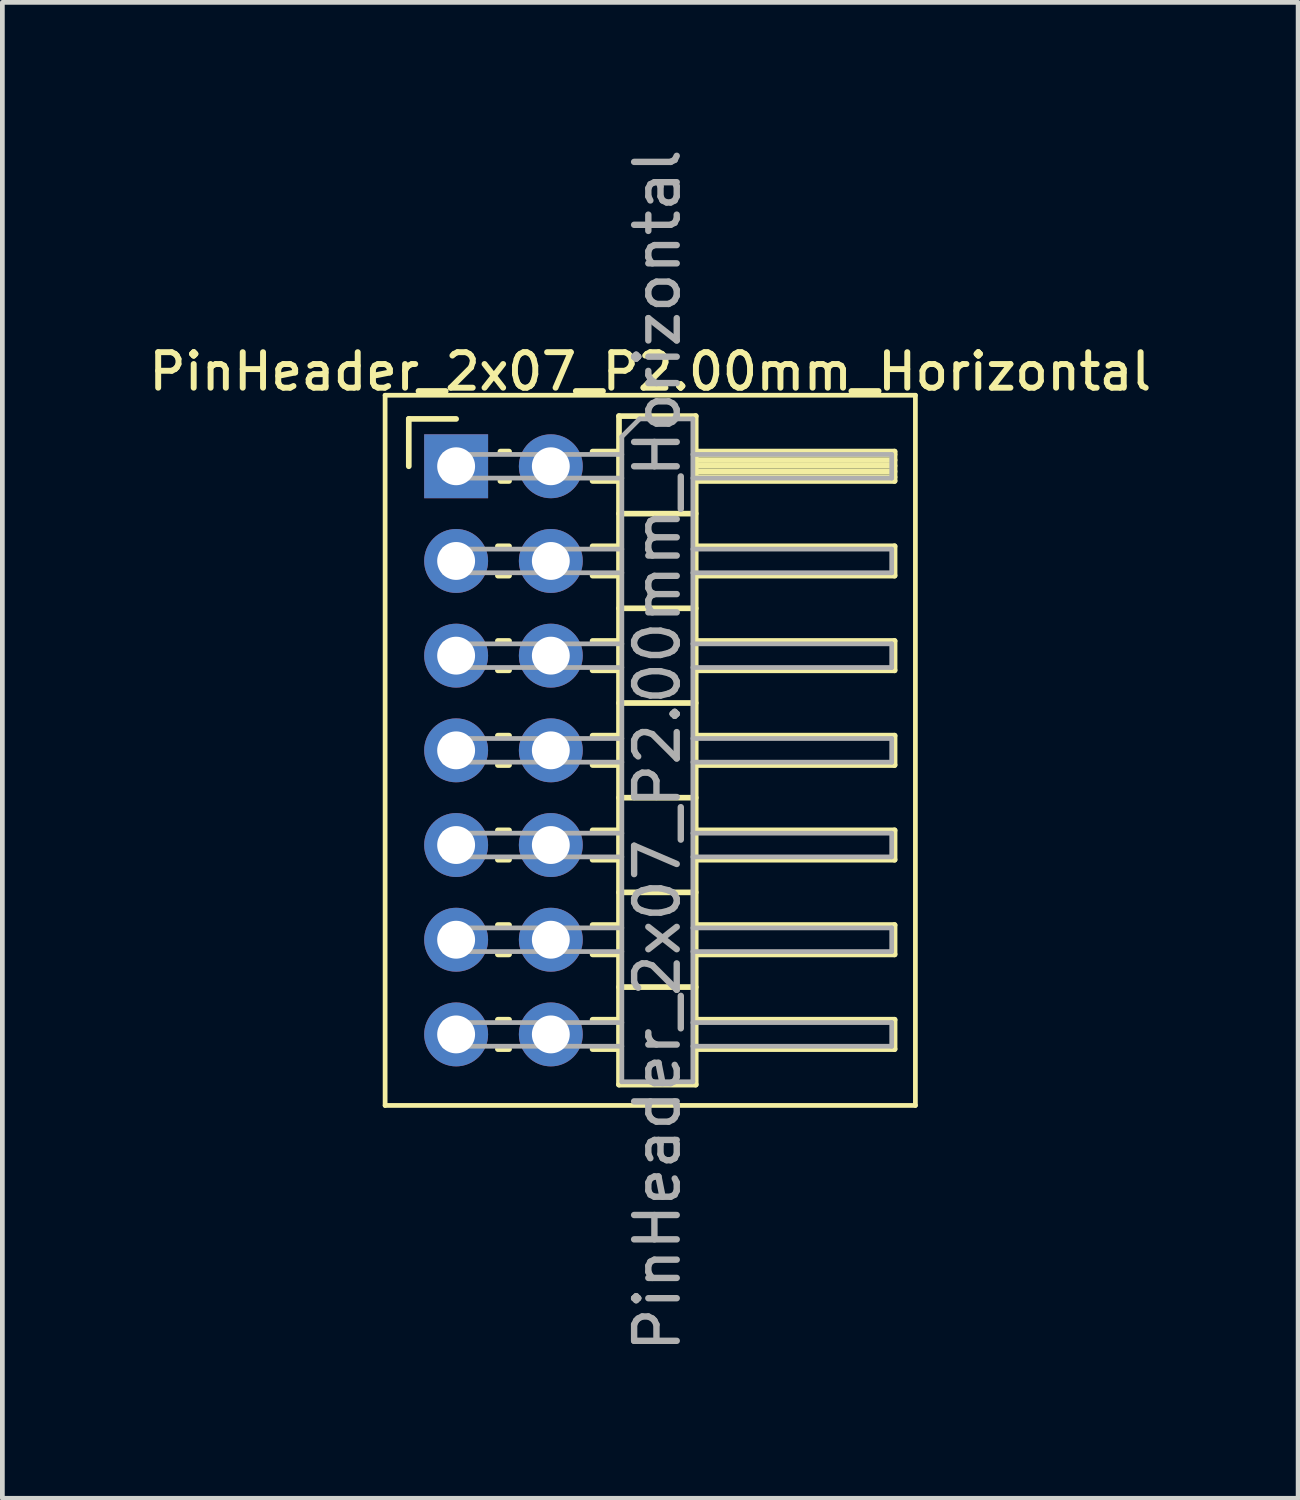
<source format=kicad_pcb>
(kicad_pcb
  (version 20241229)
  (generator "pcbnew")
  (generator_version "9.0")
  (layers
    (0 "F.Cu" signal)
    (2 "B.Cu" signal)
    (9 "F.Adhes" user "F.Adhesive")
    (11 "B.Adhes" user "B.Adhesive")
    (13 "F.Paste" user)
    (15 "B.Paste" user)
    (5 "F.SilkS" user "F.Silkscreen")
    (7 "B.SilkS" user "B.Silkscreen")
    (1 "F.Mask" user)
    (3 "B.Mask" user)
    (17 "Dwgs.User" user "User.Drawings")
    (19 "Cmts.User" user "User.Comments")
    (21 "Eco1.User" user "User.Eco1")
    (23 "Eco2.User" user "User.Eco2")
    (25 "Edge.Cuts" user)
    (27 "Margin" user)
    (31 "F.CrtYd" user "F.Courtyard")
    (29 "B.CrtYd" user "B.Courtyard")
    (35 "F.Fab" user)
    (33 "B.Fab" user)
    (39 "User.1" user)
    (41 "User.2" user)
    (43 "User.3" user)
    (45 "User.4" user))
  (footprint "PinHeader_2x07_P2.00mm_Horizontal"
    (layer "F.Cu")
    (at 6.584 6.798)
    (property "Reference" "PinHeader_2x07_P2.00mm_Horizontal" (at 4.1 -2 0) (layer "F.SilkS") (effects (font (size 0.75 0.75) (thickness 0.125))))
    (attr through_hole)
    (fp_line (start -1.5 -1.5) (end -1.5 13.5) (stroke (width 0.1) (type solid)) (layer "F.SilkS"))
    (fp_line (start -1.5 13.5) (end 9.7 13.5) (stroke (width 0.1) (type solid)) (layer "F.SilkS"))
    (fp_line (start -1 -1) (end 0 -1) (stroke (width 0.12) (type solid)) (layer "F.SilkS"))
    (fp_line (start -1 0) (end -1 -1) (stroke (width 0.12) (type solid)) (layer "F.SilkS"))
    (fp_line (start 0.882 1.69) (end 1.118 1.69) (stroke (width 0.12) (type solid)) (layer "F.SilkS"))
    (fp_line (start 0.882 2.31) (end 1.118 2.31) (stroke (width 0.12) (type solid)) (layer "F.SilkS"))
    (fp_line (start 0.882 3.69) (end 1.118 3.69) (stroke (width 0.12) (type solid)) (layer "F.SilkS"))
    (fp_line (start 0.882 4.31) (end 1.118 4.31) (stroke (width 0.12) (type solid)) (layer "F.SilkS"))
    (fp_line (start 0.882 5.69) (end 1.118 5.69) (stroke (width 0.12) (type solid)) (layer "F.SilkS"))
    (fp_line (start 0.882 6.31) (end 1.118 6.31) (stroke (width 0.12) (type solid)) (layer "F.SilkS"))
    (fp_line (start 0.882 7.69) (end 1.118 7.69) (stroke (width 0.12) (type solid)) (layer "F.SilkS"))
    (fp_line (start 0.882 8.31) (end 1.118 8.31) (stroke (width 0.12) (type solid)) (layer "F.SilkS"))
    (fp_line (start 0.882 9.69) (end 1.118 9.69) (stroke (width 0.12) (type solid)) (layer "F.SilkS"))
    (fp_line (start 0.882 10.31) (end 1.118 10.31) (stroke (width 0.12) (type solid)) (layer "F.SilkS"))
    (fp_line (start 0.882 11.69) (end 1.118 11.69) (stroke (width 0.12) (type solid)) (layer "F.SilkS"))
    (fp_line (start 0.882 12.31) (end 1.118 12.31) (stroke (width 0.12) (type solid)) (layer "F.SilkS"))
    (fp_line (start 0.935 -0.31) (end 1.118 -0.31) (stroke (width 0.12) (type solid)) (layer "F.SilkS"))
    (fp_line (start 0.935 0.31) (end 1.118 0.31) (stroke (width 0.12) (type solid)) (layer "F.SilkS"))
    (fp_line (start 2.882 -0.31) (end 3.44 -0.31) (stroke (width 0.12) (type solid)) (layer "F.SilkS"))
    (fp_line (start 2.882 0.31) (end 3.44 0.31) (stroke (width 0.12) (type solid)) (layer "F.SilkS"))
    (fp_line (start 2.882 1.69) (end 3.44 1.69) (stroke (width 0.12) (type solid)) (layer "F.SilkS"))
    (fp_line (start 2.882 2.31) (end 3.44 2.31) (stroke (width 0.12) (type solid)) (layer "F.SilkS"))
    (fp_line (start 2.882 3.69) (end 3.44 3.69) (stroke (width 0.12) (type solid)) (layer "F.SilkS"))
    (fp_line (start 2.882 4.31) (end 3.44 4.31) (stroke (width 0.12) (type solid)) (layer "F.SilkS"))
    (fp_line (start 2.882 5.69) (end 3.44 5.69) (stroke (width 0.12) (type solid)) (layer "F.SilkS"))
    (fp_line (start 2.882 6.31) (end 3.44 6.31) (stroke (width 0.12) (type solid)) (layer "F.SilkS"))
    (fp_line (start 2.882 7.69) (end 3.44 7.69) (stroke (width 0.12) (type solid)) (layer "F.SilkS"))
    (fp_line (start 2.882 8.31) (end 3.44 8.31) (stroke (width 0.12) (type solid)) (layer "F.SilkS"))
    (fp_line (start 2.882 9.69) (end 3.44 9.69) (stroke (width 0.12) (type solid)) (layer "F.SilkS"))
    (fp_line (start 2.882 10.31) (end 3.44 10.31) (stroke (width 0.12) (type solid)) (layer "F.SilkS"))
    (fp_line (start 2.882 11.69) (end 3.44 11.69) (stroke (width 0.12) (type solid)) (layer "F.SilkS"))
    (fp_line (start 2.882 12.31) (end 3.44 12.31) (stroke (width 0.12) (type solid)) (layer "F.SilkS"))
    (fp_line (start 3.44 -1.06) (end 3.44 13.06) (stroke (width 0.12) (type solid)) (layer "F.SilkS"))
    (fp_line (start 3.44 1) (end 5.06 1) (stroke (width 0.12) (type solid)) (layer "F.SilkS"))
    (fp_line (start 3.44 3) (end 5.06 3) (stroke (width 0.12) (type solid)) (layer "F.SilkS"))
    (fp_line (start 3.44 5) (end 5.06 5) (stroke (width 0.12) (type solid)) (layer "F.SilkS"))
    (fp_line (start 3.44 7) (end 5.06 7) (stroke (width 0.12) (type solid)) (layer "F.SilkS"))
    (fp_line (start 3.44 9) (end 5.06 9) (stroke (width 0.12) (type solid)) (layer "F.SilkS"))
    (fp_line (start 3.44 11) (end 5.06 11) (stroke (width 0.12) (type solid)) (layer "F.SilkS"))
    (fp_line (start 3.44 13.06) (end 5.06 13.06) (stroke (width 0.12) (type solid)) (layer "F.SilkS"))
    (fp_line (start 5.06 -1.06) (end 3.44 -1.06) (stroke (width 0.12) (type solid)) (layer "F.SilkS"))
    (fp_line (start 5.06 -0.31) (end 9.26 -0.31) (stroke (width 0.12) (type solid)) (layer "F.SilkS"))
    (fp_line (start 5.06 -0.25) (end 9.26 -0.25) (stroke (width 0.12) (type solid)) (layer "F.SilkS"))
    (fp_line (start 5.06 -0.13) (end 9.26 -0.13) (stroke (width 0.12) (type solid)) (layer "F.SilkS"))
    (fp_line (start 5.06 -0.01) (end 9.26 -0.01) (stroke (width 0.12) (type solid)) (layer "F.SilkS"))
    (fp_line (start 5.06 0.11) (end 9.26 0.11) (stroke (width 0.12) (type solid)) (layer "F.SilkS"))
    (fp_line (start 5.06 0.23) (end 9.26 0.23) (stroke (width 0.12) (type solid)) (layer "F.SilkS"))
    (fp_line (start 5.06 1.69) (end 9.26 1.69) (stroke (width 0.12) (type solid)) (layer "F.SilkS"))
    (fp_line (start 5.06 3.69) (end 9.26 3.69) (stroke (width 0.12) (type solid)) (layer "F.SilkS"))
    (fp_line (start 5.06 5.69) (end 9.26 5.69) (stroke (width 0.12) (type solid)) (layer "F.SilkS"))
    (fp_line (start 5.06 7.69) (end 9.26 7.69) (stroke (width 0.12) (type solid)) (layer "F.SilkS"))
    (fp_line (start 5.06 9.69) (end 9.26 9.69) (stroke (width 0.12) (type solid)) (layer "F.SilkS"))
    (fp_line (start 5.06 11.69) (end 9.26 11.69) (stroke (width 0.12) (type solid)) (layer "F.SilkS"))
    (fp_line (start 5.06 13.06) (end 5.06 -1.06) (stroke (width 0.12) (type solid)) (layer "F.SilkS"))
    (fp_line (start 9.26 -0.31) (end 9.26 0.31) (stroke (width 0.12) (type solid)) (layer "F.SilkS"))
    (fp_line (start 9.26 0.31) (end 5.06 0.31) (stroke (width 0.12) (type solid)) (layer "F.SilkS"))
    (fp_line (start 9.26 1.69) (end 9.26 2.31) (stroke (width 0.12) (type solid)) (layer "F.SilkS"))
    (fp_line (start 9.26 2.31) (end 5.06 2.31) (stroke (width 0.12) (type solid)) (layer "F.SilkS"))
    (fp_line (start 9.26 3.69) (end 9.26 4.31) (stroke (width 0.12) (type solid)) (layer "F.SilkS"))
    (fp_line (start 9.26 4.31) (end 5.06 4.31) (stroke (width 0.12) (type solid)) (layer "F.SilkS"))
    (fp_line (start 9.26 5.69) (end 9.26 6.31) (stroke (width 0.12) (type solid)) (layer "F.SilkS"))
    (fp_line (start 9.26 6.31) (end 5.06 6.31) (stroke (width 0.12) (type solid)) (layer "F.SilkS"))
    (fp_line (start 9.26 7.69) (end 9.26 8.31) (stroke (width 0.12) (type solid)) (layer "F.SilkS"))
    (fp_line (start 9.26 8.31) (end 5.06 8.31) (stroke (width 0.12) (type solid)) (layer "F.SilkS"))
    (fp_line (start 9.26 9.69) (end 9.26 10.31) (stroke (width 0.12) (type solid)) (layer "F.SilkS"))
    (fp_line (start 9.26 10.31) (end 5.06 10.31) (stroke (width 0.12) (type solid)) (layer "F.SilkS"))
    (fp_line (start 9.26 11.69) (end 9.26 12.31) (stroke (width 0.12) (type solid)) (layer "F.SilkS"))
    (fp_line (start 9.26 12.31) (end 5.06 12.31) (stroke (width 0.12) (type solid)) (layer "F.SilkS"))
    (fp_line (start 9.7 -1.5) (end -1.5 -1.5) (stroke (width 0.1) (type solid)) (layer "F.SilkS"))
    (fp_line (start 9.7 13.5) (end 9.7 -1.5) (stroke (width 0.1) (type solid)) (layer "F.SilkS"))
    (fp_line (start -0.25 -0.25) (end -0.25 0.25) (stroke (width 0.1) (type solid)) (layer "F.Fab"))
    (fp_line (start -0.25 -0.25) (end 3.5 -0.25) (stroke (width 0.1) (type solid)) (layer "F.Fab"))
    (fp_line (start -0.25 0.25) (end 3.5 0.25) (stroke (width 0.1) (type solid)) (layer "F.Fab"))
    (fp_line (start -0.25 1.75) (end -0.25 2.25) (stroke (width 0.1) (type solid)) (layer "F.Fab"))
    (fp_line (start -0.25 1.75) (end 3.5 1.75) (stroke (width 0.1) (type solid)) (layer "F.Fab"))
    (fp_line (start -0.25 2.25) (end 3.5 2.25) (stroke (width 0.1) (type solid)) (layer "F.Fab"))
    (fp_line (start -0.25 3.75) (end -0.25 4.25) (stroke (width 0.1) (type solid)) (layer "F.Fab"))
    (fp_line (start -0.25 3.75) (end 3.5 3.75) (stroke (width 0.1) (type solid)) (layer "F.Fab"))
    (fp_line (start -0.25 4.25) (end 3.5 4.25) (stroke (width 0.1) (type solid)) (layer "F.Fab"))
    (fp_line (start -0.25 5.75) (end -0.25 6.25) (stroke (width 0.1) (type solid)) (layer "F.Fab"))
    (fp_line (start -0.25 5.75) (end 3.5 5.75) (stroke (width 0.1) (type solid)) (layer "F.Fab"))
    (fp_line (start -0.25 6.25) (end 3.5 6.25) (stroke (width 0.1) (type solid)) (layer "F.Fab"))
    (fp_line (start -0.25 7.75) (end -0.25 8.25) (stroke (width 0.1) (type solid)) (layer "F.Fab"))
    (fp_line (start -0.25 7.75) (end 3.5 7.75) (stroke (width 0.1) (type solid)) (layer "F.Fab"))
    (fp_line (start -0.25 8.25) (end 3.5 8.25) (stroke (width 0.1) (type solid)) (layer "F.Fab"))
    (fp_line (start -0.25 9.75) (end -0.25 10.25) (stroke (width 0.1) (type solid)) (layer "F.Fab"))
    (fp_line (start -0.25 9.75) (end 3.5 9.75) (stroke (width 0.1) (type solid)) (layer "F.Fab"))
    (fp_line (start -0.25 10.25) (end 3.5 10.25) (stroke (width 0.1) (type solid)) (layer "F.Fab"))
    (fp_line (start -0.25 11.75) (end -0.25 12.25) (stroke (width 0.1) (type solid)) (layer "F.Fab"))
    (fp_line (start -0.25 11.75) (end 3.5 11.75) (stroke (width 0.1) (type solid)) (layer "F.Fab"))
    (fp_line (start -0.25 12.25) (end 3.5 12.25) (stroke (width 0.1) (type solid)) (layer "F.Fab"))
    (fp_line (start 3.5 -0.625) (end 3.875 -1) (stroke (width 0.1) (type solid)) (layer "F.Fab"))
    (fp_line (start 3.5 13) (end 3.5 -0.625) (stroke (width 0.1) (type solid)) (layer "F.Fab"))
    (fp_line (start 3.875 -1) (end 5 -1) (stroke (width 0.1) (type solid)) (layer "F.Fab"))
    (fp_line (start 5 -1) (end 5 13) (stroke (width 0.1) (type solid)) (layer "F.Fab"))
    (fp_line (start 5 -0.25) (end 9.2 -0.25) (stroke (width 0.1) (type solid)) (layer "F.Fab"))
    (fp_line (start 5 0.25) (end 9.2 0.25) (stroke (width 0.1) (type solid)) (layer "F.Fab"))
    (fp_line (start 5 1.75) (end 9.2 1.75) (stroke (width 0.1) (type solid)) (layer "F.Fab"))
    (fp_line (start 5 2.25) (end 9.2 2.25) (stroke (width 0.1) (type solid)) (layer "F.Fab"))
    (fp_line (start 5 3.75) (end 9.2 3.75) (stroke (width 0.1) (type solid)) (layer "F.Fab"))
    (fp_line (start 5 4.25) (end 9.2 4.25) (stroke (width 0.1) (type solid)) (layer "F.Fab"))
    (fp_line (start 5 5.75) (end 9.2 5.75) (stroke (width 0.1) (type solid)) (layer "F.Fab"))
    (fp_line (start 5 6.25) (end 9.2 6.25) (stroke (width 0.1) (type solid)) (layer "F.Fab"))
    (fp_line (start 5 7.75) (end 9.2 7.75) (stroke (width 0.1) (type solid)) (layer "F.Fab"))
    (fp_line (start 5 8.25) (end 9.2 8.25) (stroke (width 0.1) (type solid)) (layer "F.Fab"))
    (fp_line (start 5 9.75) (end 9.2 9.75) (stroke (width 0.1) (type solid)) (layer "F.Fab"))
    (fp_line (start 5 10.25) (end 9.2 10.25) (stroke (width 0.1) (type solid)) (layer "F.Fab"))
    (fp_line (start 5 11.75) (end 9.2 11.75) (stroke (width 0.1) (type solid)) (layer "F.Fab"))
    (fp_line (start 5 12.25) (end 9.2 12.25) (stroke (width 0.1) (type solid)) (layer "F.Fab"))
    (fp_line (start 5 13) (end 3.5 13) (stroke (width 0.1) (type solid)) (layer "F.Fab"))
    (fp_line (start 9.2 -0.25) (end 9.2 0.25) (stroke (width 0.1) (type solid)) (layer "F.Fab"))
    (fp_line (start 9.2 1.75) (end 9.2 2.25) (stroke (width 0.1) (type solid)) (layer "F.Fab"))
    (fp_line (start 9.2 3.75) (end 9.2 4.25) (stroke (width 0.1) (type solid)) (layer "F.Fab"))
    (fp_line (start 9.2 5.75) (end 9.2 6.25) (stroke (width 0.1) (type solid)) (layer "F.Fab"))
    (fp_line (start 9.2 7.75) (end 9.2 8.25) (stroke (width 0.1) (type solid)) (layer "F.Fab"))
    (fp_line (start 9.2 9.75) (end 9.2 10.25) (stroke (width 0.1) (type solid)) (layer "F.Fab"))
    (fp_line (start 9.2 11.75) (end 9.2 12.25) (stroke (width 0.1) (type solid)) (layer "F.Fab"))
    (fp_text user "${REFERENCE}" (at 4.25 6 90) (layer "F.Fab") (effects (font (size 0.9 0.9) (thickness 0.135))))
    (pad "1" thru_hole rect (at 0 0) (size 1.35 1.35) (drill 0.8) (layers "*.Cu" "*.Mask"))
    (pad "2" thru_hole oval (at 2 0) (size 1.35 1.35) (drill 0.8) (layers "*.Cu" "*.Mask"))
    (pad "3" thru_hole oval (at 0 2) (size 1.35 1.35) (drill 0.8) (layers "*.Cu" "*.Mask"))
    (pad "4" thru_hole oval (at 2 2) (size 1.35 1.35) (drill 0.8) (layers "*.Cu" "*.Mask"))
    (pad "5" thru_hole oval (at 0 4) (size 1.35 1.35) (drill 0.8) (layers "*.Cu" "*.Mask"))
    (pad "6" thru_hole oval (at 2 4) (size 1.35 1.35) (drill 0.8) (layers "*.Cu" "*.Mask"))
    (pad "7" thru_hole oval (at 0 6) (size 1.35 1.35) (drill 0.8) (layers "*.Cu" "*.Mask"))
    (pad "8" thru_hole oval (at 2 6) (size 1.35 1.35) (drill 0.8) (layers "*.Cu" "*.Mask"))
    (pad "9" thru_hole oval (at 0 8) (size 1.35 1.35) (drill 0.8) (layers "*.Cu" "*.Mask"))
    (pad "10" thru_hole oval (at 2 8) (size 1.35 1.35) (drill 0.8) (layers "*.Cu" "*.Mask"))
    (pad "11" thru_hole oval (at 0 10) (size 1.35 1.35) (drill 0.8) (layers "*.Cu" "*.Mask"))
    (pad "12" thru_hole oval (at 2 10) (size 1.35 1.35) (drill 0.8) (layers "*.Cu" "*.Mask"))
    (pad "13" thru_hole oval (at 0 12) (size 1.35 1.35) (drill 0.8) (layers "*.Cu" "*.Mask"))
    (pad "14" thru_hole oval (at 2 12) (size 1.35 1.35) (drill 0.8) (layers "*.Cu" "*.Mask")))
  (gr_rect
    (start -3 -3)
    (end 24.368 28.596)
    (stroke (width 0.1) (type default))
    (fill no)
    (layer "Edge.Cuts")))
</source>
